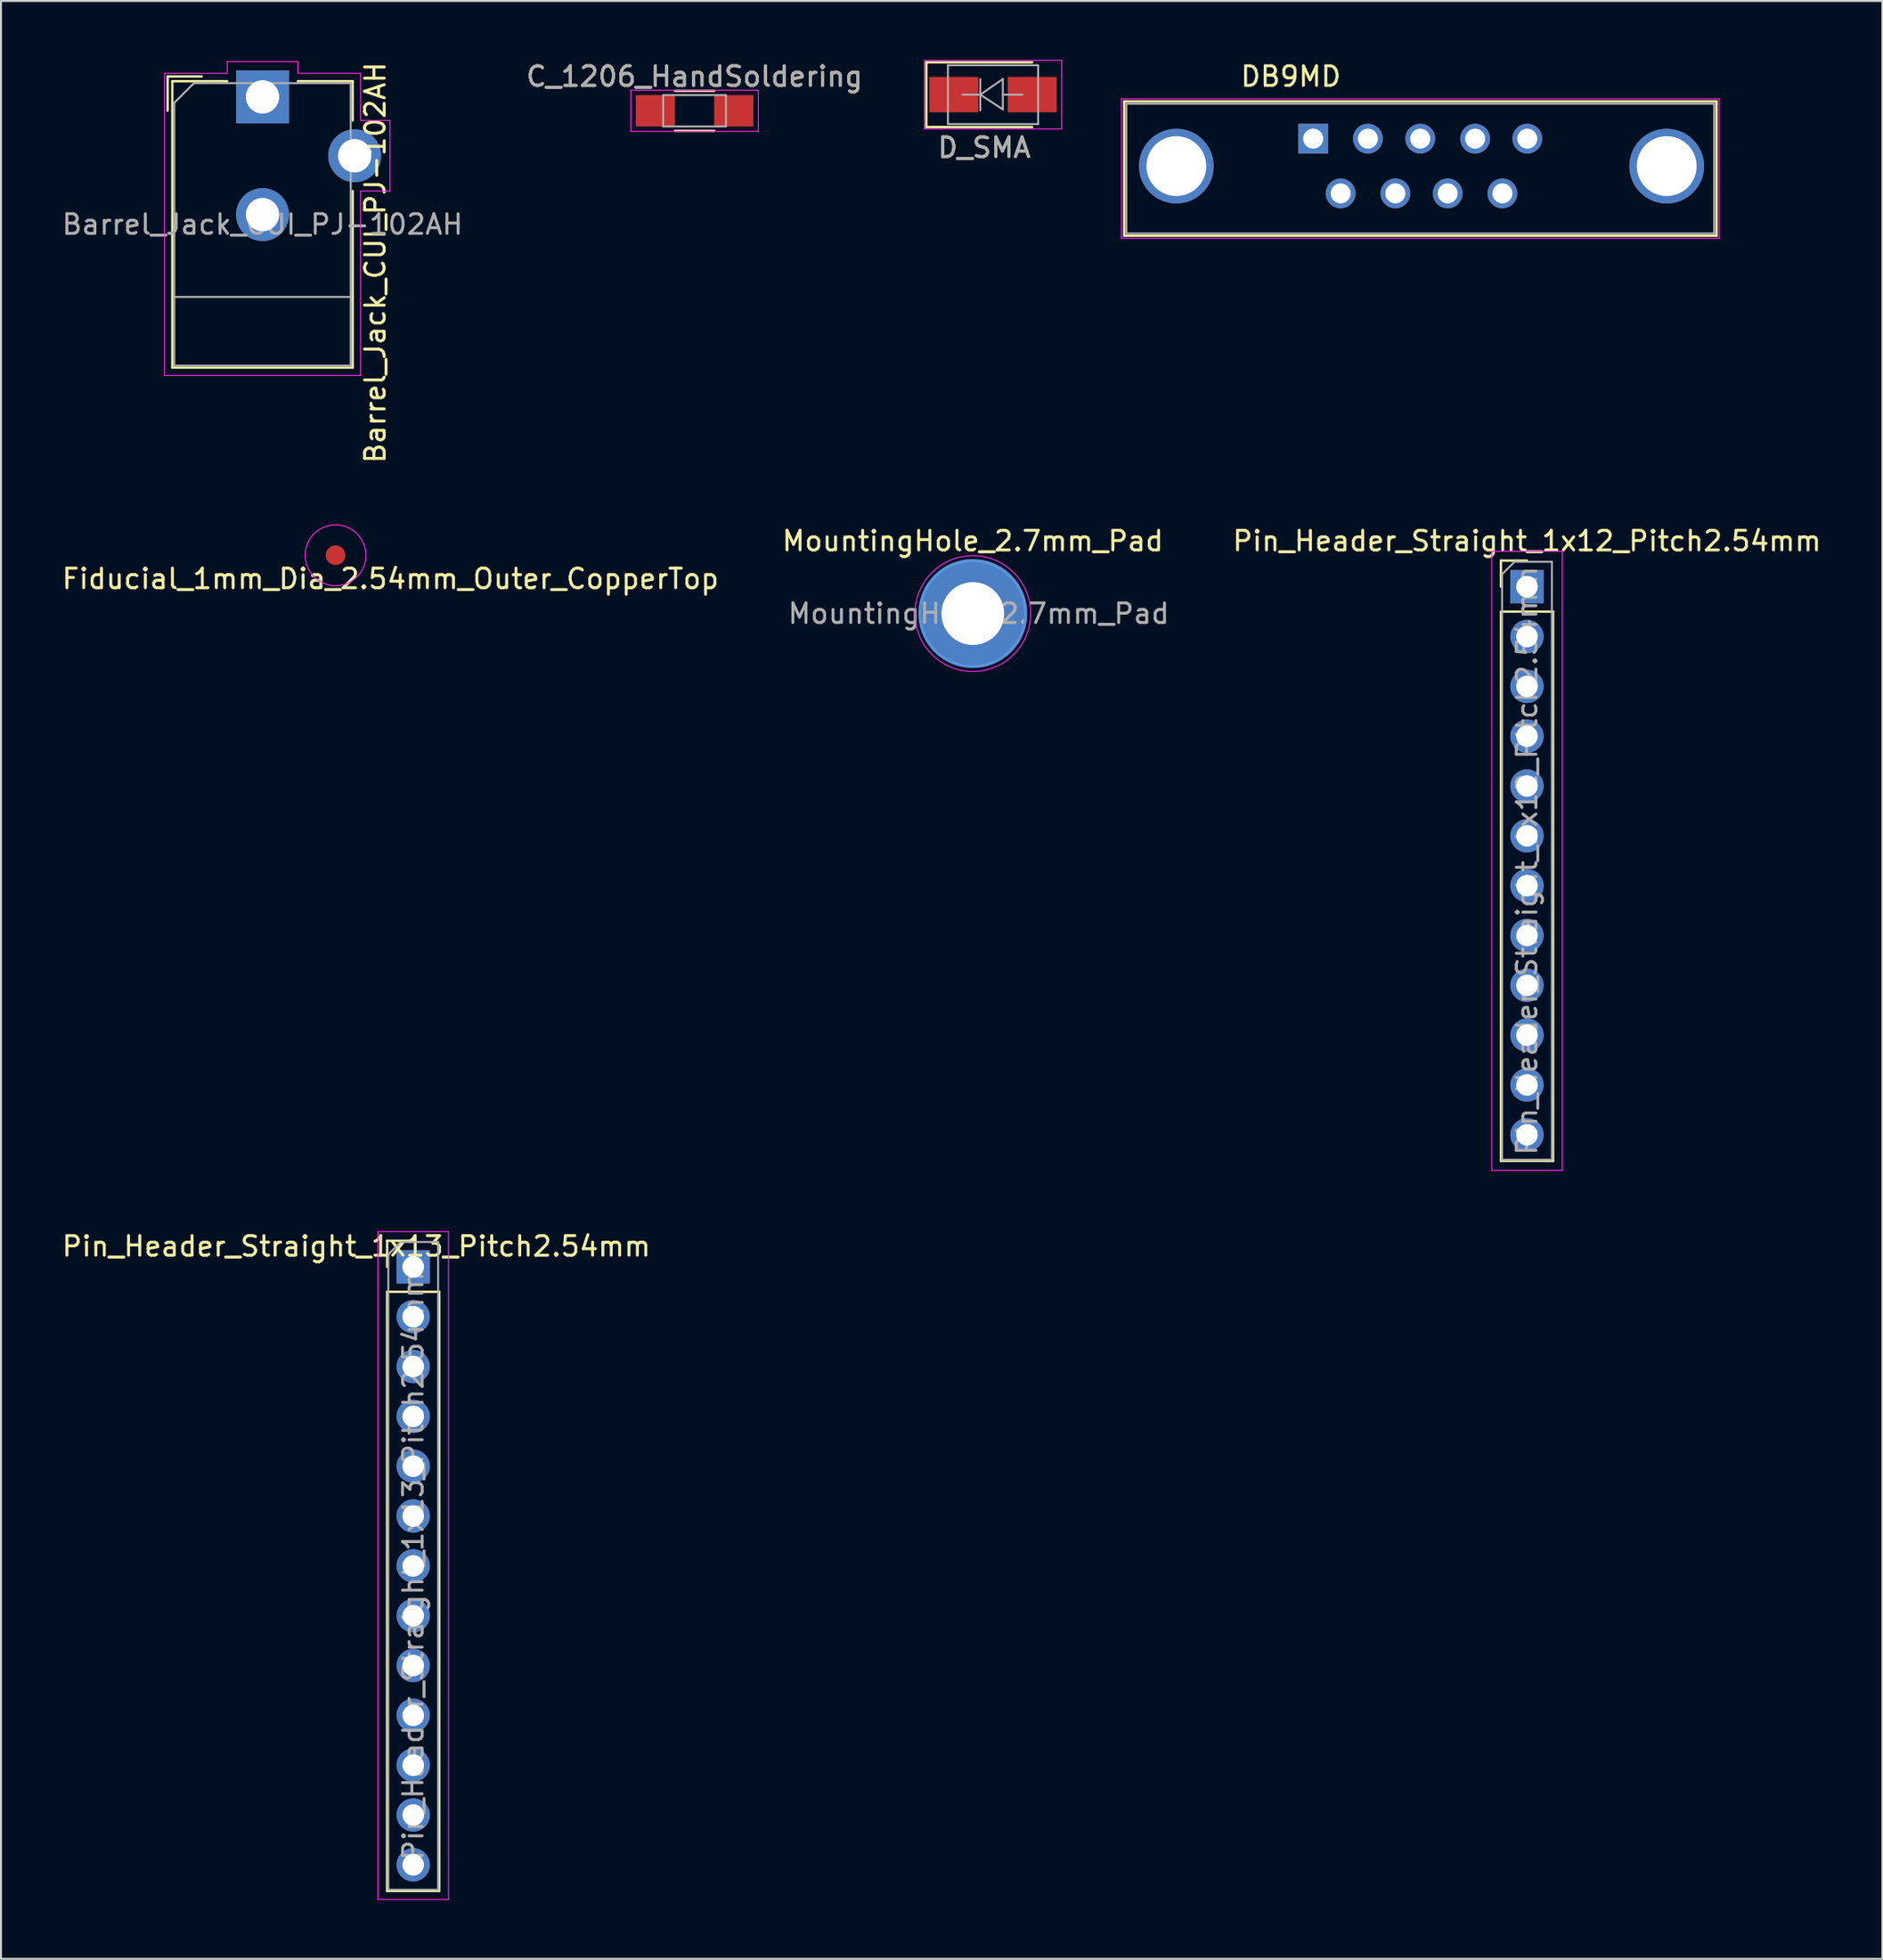
<source format=kicad_pcb>
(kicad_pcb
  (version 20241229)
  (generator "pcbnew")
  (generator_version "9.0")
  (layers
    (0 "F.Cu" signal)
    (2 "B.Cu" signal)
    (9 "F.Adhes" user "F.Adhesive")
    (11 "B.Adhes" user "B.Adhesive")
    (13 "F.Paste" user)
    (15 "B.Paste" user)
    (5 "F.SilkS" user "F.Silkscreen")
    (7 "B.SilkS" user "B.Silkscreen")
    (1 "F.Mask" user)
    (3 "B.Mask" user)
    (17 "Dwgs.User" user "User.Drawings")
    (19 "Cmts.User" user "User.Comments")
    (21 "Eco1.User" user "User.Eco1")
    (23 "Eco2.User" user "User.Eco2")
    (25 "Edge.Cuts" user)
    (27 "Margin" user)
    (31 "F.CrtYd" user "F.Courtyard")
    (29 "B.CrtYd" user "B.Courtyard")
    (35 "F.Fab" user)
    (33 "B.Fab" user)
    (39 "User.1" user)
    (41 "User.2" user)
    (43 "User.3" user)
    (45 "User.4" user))
  (footprint "Pin_Header_Straight_1x13_Pitch2.54mm"
    (layer "F.Cu")
    (at 18.025 61.53)
    (property "Reference" "Pin_Header_Straight_1x13_Pitch2.54mm" (at -2.9 -1.05 0) (layer "F.SilkS") (effects (font (size 1 1) (thickness 0.15))))
    (attr through_hole)
    (fp_line (start -1.33 -1.33) (end 0 -1.33) (stroke (width 0.12) (type solid)) (layer "F.SilkS"))
    (fp_line (start -1.33 0) (end -1.33 -1.33) (stroke (width 0.12) (type solid)) (layer "F.SilkS"))
    (fp_line (start -1.33 1.27) (end -1.33 31.81) (stroke (width 0.12) (type solid)) (layer "F.SilkS"))
    (fp_line (start -1.33 1.27) (end 1.33 1.27) (stroke (width 0.12) (type solid)) (layer "F.SilkS"))
    (fp_line (start -1.33 31.81) (end 1.33 31.81) (stroke (width 0.12) (type solid)) (layer "F.SilkS"))
    (fp_line (start 1.33 1.27) (end 1.33 31.81) (stroke (width 0.12) (type solid)) (layer "F.SilkS"))
    (fp_line (start -1.8 -1.8) (end -1.8 32.25) (stroke (width 0.05) (type solid)) (layer "F.CrtYd"))
    (fp_line (start -1.8 32.25) (end 1.8 32.25) (stroke (width 0.05) (type solid)) (layer "F.CrtYd"))
    (fp_line (start 1.8 -1.8) (end -1.8 -1.8) (stroke (width 0.05) (type solid)) (layer "F.CrtYd"))
    (fp_line (start 1.8 32.25) (end 1.8 -1.8) (stroke (width 0.05) (type solid)) (layer "F.CrtYd"))
    (fp_line (start -1.27 -0.635) (end -0.635 -1.27) (stroke (width 0.1) (type solid)) (layer "F.Fab"))
    (fp_line (start -1.27 31.75) (end -1.27 -0.635) (stroke (width 0.1) (type solid)) (layer "F.Fab"))
    (fp_line (start -0.635 -1.27) (end 1.27 -1.27) (stroke (width 0.1) (type solid)) (layer "F.Fab"))
    (fp_line (start 1.27 -1.27) (end 1.27 31.75) (stroke (width 0.1) (type solid)) (layer "F.Fab"))
    (fp_line (start 1.27 31.75) (end -1.27 31.75) (stroke (width 0.1) (type solid)) (layer "F.Fab"))
    (fp_text user "${REFERENCE}" (at 0 15.24 90) (layer "F.Fab") (effects (font (size 1 1) (thickness 0.15))))
    (pad "1" thru_hole rect (at 0 0) (size 1.7 1.7) (drill 1.1) (layers "*.Cu" "*.Mask"))
    (pad "2" thru_hole oval (at 0 2.54) (size 1.7 1.7) (drill 1.1) (layers "*.Cu" "*.Mask"))
    (pad "3" thru_hole oval (at 0 5.08) (size 1.7 1.7) (drill 1.1) (layers "*.Cu" "*.Mask"))
    (pad "4" thru_hole oval (at 0 7.62) (size 1.7 1.7) (drill 1.1) (layers "*.Cu" "*.Mask"))
    (pad "5" thru_hole oval (at 0 10.16) (size 1.7 1.7) (drill 1.1) (layers "*.Cu" "*.Mask"))
    (pad "6" thru_hole oval (at 0 12.7) (size 1.7 1.7) (drill 1.1) (layers "*.Cu" "*.Mask"))
    (pad "7" thru_hole oval (at 0 15.24) (size 1.7 1.7) (drill 1.1) (layers "*.Cu" "*.Mask"))
    (pad "8" thru_hole oval (at 0 17.78) (size 1.7 1.7) (drill 1.1) (layers "*.Cu" "*.Mask"))
    (pad "9" thru_hole oval (at 0 20.32) (size 1.7 1.7) (drill 1.1) (layers "*.Cu" "*.Mask"))
    (pad "10" thru_hole oval (at 0 22.86) (size 1.7 1.7) (drill 1.1) (layers "*.Cu" "*.Mask"))
    (pad "11" thru_hole oval (at 0 25.4) (size 1.7 1.7) (drill 1.1) (layers "*.Cu" "*.Mask"))
    (pad "12" thru_hole oval (at 0 27.94) (size 1.7 1.7) (drill 1.1) (layers "*.Cu" "*.Mask"))
    (pad "13" thru_hole oval (at 0 30.48) (size 1.7 1.7) (drill 1.1) (layers "*.Cu" "*.Mask")))
  (footprint "Pin_Header_Straight_1x12_Pitch2.54mm"
    (layer "F.Cu")
    (at 74.83 26.857)
    (property "Reference" "Pin_Header_Straight_1x12_Pitch2.54mm" (at 0 -2.33 0) (layer "F.SilkS") (effects (font (size 1 1) (thickness 0.15))))
    (attr through_hole)
    (fp_line (start -1.33 -1.33) (end 0 -1.33) (stroke (width 0.12) (type solid)) (layer "F.SilkS"))
    (fp_line (start -1.33 0) (end -1.33 -1.33) (stroke (width 0.12) (type solid)) (layer "F.SilkS"))
    (fp_line (start -1.33 1.27) (end -1.33 29.27) (stroke (width 0.12) (type solid)) (layer "F.SilkS"))
    (fp_line (start -1.33 1.27) (end 1.33 1.27) (stroke (width 0.12) (type solid)) (layer "F.SilkS"))
    (fp_line (start -1.33 29.27) (end 1.33 29.27) (stroke (width 0.12) (type solid)) (layer "F.SilkS"))
    (fp_line (start 1.33 1.27) (end 1.33 29.27) (stroke (width 0.12) (type solid)) (layer "F.SilkS"))
    (fp_line (start -1.8 -1.8) (end -1.8 29.75) (stroke (width 0.05) (type solid)) (layer "F.CrtYd"))
    (fp_line (start -1.8 29.75) (end 1.8 29.75) (stroke (width 0.05) (type solid)) (layer "F.CrtYd"))
    (fp_line (start 1.8 -1.8) (end -1.8 -1.8) (stroke (width 0.05) (type solid)) (layer "F.CrtYd"))
    (fp_line (start 1.8 29.75) (end 1.8 -1.8) (stroke (width 0.05) (type solid)) (layer "F.CrtYd"))
    (fp_line (start -1.27 -0.635) (end -0.635 -1.27) (stroke (width 0.1) (type solid)) (layer "F.Fab"))
    (fp_line (start -1.27 29.21) (end -1.27 -0.635) (stroke (width 0.1) (type solid)) (layer "F.Fab"))
    (fp_line (start -0.635 -1.27) (end 1.27 -1.27) (stroke (width 0.1) (type solid)) (layer "F.Fab"))
    (fp_line (start 1.27 -1.27) (end 1.27 29.21) (stroke (width 0.1) (type solid)) (layer "F.Fab"))
    (fp_line (start 1.27 29.21) (end -1.27 29.21) (stroke (width 0.1) (type solid)) (layer "F.Fab"))
    (fp_text user "${REFERENCE}" (at 0 13.97 90) (layer "F.Fab") (effects (font (size 1 1) (thickness 0.15))))
    (pad "1" thru_hole rect (at 0 0) (size 1.7 1.7) (drill 1.1) (layers "*.Cu" "*.Mask"))
    (pad "2" thru_hole oval (at 0 2.54) (size 1.7 1.7) (drill 1.1) (layers "*.Cu" "*.Mask"))
    (pad "3" thru_hole oval (at 0 5.08) (size 1.7 1.7) (drill 1.1) (layers "*.Cu" "*.Mask"))
    (pad "4" thru_hole oval (at 0 7.62) (size 1.7 1.7) (drill 1.1) (layers "*.Cu" "*.Mask"))
    (pad "5" thru_hole oval (at 0 10.16) (size 1.7 1.7) (drill 1.1) (layers "*.Cu" "*.Mask"))
    (pad "6" thru_hole oval (at 0 12.7) (size 1.7 1.7) (drill 1.1) (layers "*.Cu" "*.Mask"))
    (pad "7" thru_hole oval (at 0 15.24) (size 1.7 1.7) (drill 1.1) (layers "*.Cu" "*.Mask"))
    (pad "8" thru_hole oval (at 0 17.78) (size 1.7 1.7) (drill 1.1) (layers "*.Cu" "*.Mask"))
    (pad "9" thru_hole oval (at 0 20.32) (size 1.7 1.7) (drill 1.1) (layers "*.Cu" "*.Mask"))
    (pad "10" thru_hole oval (at 0 22.86) (size 1.7 1.7) (drill 1.1) (layers "*.Cu" "*.Mask"))
    (pad "11" thru_hole oval (at 0 25.4) (size 1.7 1.7) (drill 1.1) (layers "*.Cu" "*.Mask"))
    (pad "12" thru_hole oval (at 0 27.94) (size 1.7 1.7) (drill 1.1) (layers "*.Cu" "*.Mask")))
  (footprint "C_1206_HandSoldering"
    (layer "F.Cu")
    (at 32.375 2.598)
    (property "Reference" "C_1206_HandSoldering" (at 0 -1.75 0) (layer "F.SilkS") (effects (font (size 1 1) (thickness 0.15))))
    (attr smd)
    (fp_line (start -1 1.02) (end 1 1.02) (stroke (width 0.12) (type solid)) (layer "F.SilkS"))
    (fp_line (start 1 -1.02) (end -1 -1.02) (stroke (width 0.12) (type solid)) (layer "F.SilkS"))
    (fp_line (start -3.25 -1.05) (end -3.25 1.05) (stroke (width 0.05) (type solid)) (layer "F.CrtYd"))
    (fp_line (start -3.25 -1.05) (end 3.25 -1.05) (stroke (width 0.05) (type solid)) (layer "F.CrtYd"))
    (fp_line (start 3.25 1.05) (end -3.25 1.05) (stroke (width 0.05) (type solid)) (layer "F.CrtYd"))
    (fp_line (start 3.25 1.05) (end 3.25 -1.05) (stroke (width 0.05) (type solid)) (layer "F.CrtYd"))
    (fp_line (start -1.6 -0.8) (end 1.6 -0.8) (stroke (width 0.1) (type solid)) (layer "F.Fab"))
    (fp_line (start -1.6 0.8) (end -1.6 -0.8) (stroke (width 0.1) (type solid)) (layer "F.Fab"))
    (fp_line (start 1.6 -0.8) (end 1.6 0.8) (stroke (width 0.1) (type solid)) (layer "F.Fab"))
    (fp_line (start 1.6 0.8) (end -1.6 0.8) (stroke (width 0.1) (type solid)) (layer "F.Fab"))
    (fp_text user "${REFERENCE}" (at 0 -1.75 0) (layer "F.Fab") (effects (font (size 1 1) (thickness 0.15))))
    (pad "1" smd rect (at -2 0) (size 2 1.6) (layers "F.Cu" "F.Mask" "F.Paste"))
    (pad "2" smd rect (at 2 0) (size 2 1.6) (layers "F.Cu" "F.Mask" "F.Paste")))
  (footprint "D_SMA"
    (layer "F.Cu")
    (at 47.596 1.775)
    (property "Reference" "D_SMA" (at -0.45 2.7 0) (layer "F.SilkS") (effects (font (size 1 1) (thickness 0.15))))
    (attr smd)
    (fp_line (start -3.4 -1.65) (end -3.4 1.65) (stroke (width 0.12) (type solid)) (layer "F.SilkS"))
    (fp_line (start -3.4 -1.65) (end 2 -1.65) (stroke (width 0.12) (type solid)) (layer "F.SilkS"))
    (fp_line (start -3.4 1.65) (end 2 1.65) (stroke (width 0.12) (type solid)) (layer "F.SilkS"))
    (fp_line (start -3.5 -1.75) (end 3.5 -1.75) (stroke (width 0.05) (type solid)) (layer "F.CrtYd"))
    (fp_line (start -3.5 1.75) (end -3.5 -1.75) (stroke (width 0.05) (type solid)) (layer "F.CrtYd"))
    (fp_line (start 3.5 -1.75) (end 3.5 1.75) (stroke (width 0.05) (type solid)) (layer "F.CrtYd"))
    (fp_line (start 3.5 1.75) (end -3.5 1.75) (stroke (width 0.05) (type solid)) (layer "F.CrtYd"))
    (fp_line (start -2.3 1.5) (end -2.3 -1.5) (stroke (width 0.1) (type solid)) (layer "F.Fab"))
    (fp_line (start -0.649 -0.799) (end -0.649 0.801) (stroke (width 0.1) (type solid)) (layer "F.Fab"))
    (fp_line (start -0.649 0.001) (end -1.551 0.001) (stroke (width 0.1) (type solid)) (layer "F.Fab"))
    (fp_line (start -0.649 0.001) (end 0.501 -0.799) (stroke (width 0.1) (type solid)) (layer "F.Fab"))
    (fp_line (start -0.649 0.001) (end 0.501 0.75) (stroke (width 0.1) (type solid)) (layer "F.Fab"))
    (fp_line (start 0.501 0.001) (end 1.499 0.001) (stroke (width 0.1) (type solid)) (layer "F.Fab"))
    (fp_line (start 0.501 0.75) (end 0.501 -0.799) (stroke (width 0.1) (type solid)) (layer "F.Fab"))
    (fp_line (start 2.3 -1.5) (end -2.3 -1.5) (stroke (width 0.1) (type solid)) (layer "F.Fab"))
    (fp_line (start 2.3 -1.5) (end 2.3 1.5) (stroke (width 0.1) (type solid)) (layer "F.Fab"))
    (fp_line (start 2.3 1.5) (end -2.3 1.5) (stroke (width 0.1) (type solid)) (layer "F.Fab"))
    (fp_text user "${REFERENCE}" (at -0.45 2.7 0) (layer "F.Fab") (effects (font (size 1 1) (thickness 0.15))))
    (pad "1" smd rect (at -2 0) (size 2.5 1.8) (layers "F.Cu" "F.Mask" "F.Paste"))
    (pad "2" smd rect (at 2 0) (size 2.5 1.8) (layers "F.Cu" "F.Mask" "F.Paste")))
  (footprint "Barrel_Jack_CUI_PJ-102AH"
    (layer "F.Cu")
    (at 10.339 1.889)
    (property "Reference" "Barrel_Jack_CUI_PJ-102AH" (at 5.75 8.45 90) (layer "F.SilkS") (effects (font (size 1 1) (thickness 0.15))))
    (attr through_hole)
    (fp_line (start -4.84 -1.04) (end -3.1 -1.04) (stroke (width 0.12) (type solid)) (layer "F.SilkS"))
    (fp_line (start -4.84 0.7) (end -4.84 -1.04) (stroke (width 0.12) (type solid)) (layer "F.SilkS"))
    (fp_line (start -4.6 -0.8) (end -1.8 -0.8) (stroke (width 0.12) (type solid)) (layer "F.SilkS"))
    (fp_line (start -4.6 13.8) (end -4.6 -0.8) (stroke (width 0.12) (type solid)) (layer "F.SilkS"))
    (fp_line (start 1.8 -0.8) (end 4.6 -0.8) (stroke (width 0.12) (type solid)) (layer "F.SilkS"))
    (fp_line (start 4.6 -0.8) (end 4.6 1.2) (stroke (width 0.12) (type solid)) (layer "F.SilkS"))
    (fp_line (start 4.6 4.8) (end 4.6 13.8) (stroke (width 0.12) (type solid)) (layer "F.SilkS"))
    (fp_line (start 4.6 13.8) (end -4.6 13.8) (stroke (width 0.12) (type solid)) (layer "F.SilkS"))
    (fp_line (start -5 -1.2) (end -1.8 -1.2) (stroke (width 0.05) (type solid)) (layer "F.CrtYd"))
    (fp_line (start -5 14.2) (end -5 -1.2) (stroke (width 0.05) (type solid)) (layer "F.CrtYd"))
    (fp_line (start -1.8 -1.8) (end 1.8 -1.8) (stroke (width 0.05) (type solid)) (layer "F.CrtYd"))
    (fp_line (start -1.8 -1.2) (end -1.8 -1.8) (stroke (width 0.05) (type solid)) (layer "F.CrtYd"))
    (fp_line (start 1.8 -1.8) (end 1.8 -1.2) (stroke (width 0.05) (type solid)) (layer "F.CrtYd"))
    (fp_line (start 1.8 -1.2) (end 5 -1.2) (stroke (width 0.05) (type solid)) (layer "F.CrtYd"))
    (fp_line (start 5 -1.2) (end 5 1.2) (stroke (width 0.05) (type solid)) (layer "F.CrtYd"))
    (fp_line (start 5 1.2) (end 6.5 1.2) (stroke (width 0.05) (type solid)) (layer "F.CrtYd"))
    (fp_line (start 5 4.8) (end 5 14.2) (stroke (width 0.05) (type solid)) (layer "F.CrtYd"))
    (fp_line (start 5 14.2) (end -5 14.2) (stroke (width 0.05) (type solid)) (layer "F.CrtYd"))
    (fp_line (start 6.5 1.2) (end 6.5 4.8) (stroke (width 0.05) (type solid)) (layer "F.CrtYd"))
    (fp_line (start 6.5 4.8) (end 5 4.8) (stroke (width 0.05) (type solid)) (layer "F.CrtYd"))
    (fp_line (start -4.5 0.3) (end -3.5 -0.7) (stroke (width 0.1) (type solid)) (layer "F.Fab"))
    (fp_line (start -4.5 10.2) (end 4.5 10.2) (stroke (width 0.1) (type solid)) (layer "F.Fab"))
    (fp_line (start -4.5 13.7) (end -4.5 0.3) (stroke (width 0.1) (type solid)) (layer "F.Fab"))
    (fp_line (start -3.5 -0.7) (end 4.5 -0.7) (stroke (width 0.1) (type solid)) (layer "F.Fab"))
    (fp_line (start 4.5 -0.7) (end 4.5 13.7) (stroke (width 0.1) (type solid)) (layer "F.Fab"))
    (fp_line (start 4.5 13.7) (end -4.5 13.7) (stroke (width 0.1) (type solid)) (layer "F.Fab"))
    (fp_text user "${REFERENCE}" (at 0 6.5 0) (layer "F.Fab") (effects (font (size 1 1) (thickness 0.15))))
    (pad "1" thru_hole rect (at 0 0) (size 2.7 2.7) (drill 1.7) (layers "*.Cu" "*.Mask"))
    (pad "2" thru_hole circle (at 0 6) (size 2.7 2.7) (drill 1.7) (layers "*.Cu" "*.Mask"))
    (pad "3" thru_hole circle (at 4.7 3) (size 2.7 2.7) (drill 1.7) (layers "*.Cu" "*.Mask")))
  (footprint "MountingHole_2.7mm_Pad"
    (layer "F.Cu")
    (at 46.565 28.227)
    (property "Reference" "MountingHole_2.7mm_Pad" (at 0 -3.7 0) (layer "F.SilkS") (effects (font (size 1 1) (thickness 0.15))))
    (attr exclude_from_pos_files exclude_from_bom)
    (fp_circle (center 0 0) (end 2.7 0) (stroke (width 0.15) (type solid)) (fill no) (layer "Cmts.User"))
    (fp_circle (center 0 0) (end 2.95 0) (stroke (width 0.05) (type solid)) (fill no) (layer "F.CrtYd"))
    (fp_text user "${REFERENCE}" (at 0.3 0 0) (layer "F.Fab") (effects (font (size 1 1) (thickness 0.15))))
    (pad "1" thru_hole circle (at 0 0) (size 5.4 5.4) (drill 3.2) (layers "*.Cu" "*.Mask")))
  (footprint "DB9MD"
    (layer "F.Cu")
    (at 63.926 4.018)
    (property "Reference" "DB9MD" (at -1.14 -3.17 0) (layer "F.SilkS") (effects (font (size 1 1) (thickness 0.15))))
    (attr through_hole)
    (fp_line (start -9.64 -1.9) (end -9.64 4.95) (stroke (width 0.12) (type solid)) (layer "F.SilkS"))
    (fp_line (start -9.64 -1.9) (end 20.57 -1.9) (stroke (width 0.12) (type solid)) (layer "F.SilkS"))
    (fp_line (start 20.57 4.95) (end -9.64 4.95) (stroke (width 0.12) (type solid)) (layer "F.SilkS"))
    (fp_line (start 20.57 4.95) (end 20.57 -1.9) (stroke (width 0.12) (type solid)) (layer "F.SilkS"))
    (fp_line (start -9.78 -2.03) (end -9.78 5.08) (stroke (width 0.05) (type solid)) (layer "F.CrtYd"))
    (fp_line (start -9.78 -2.03) (end 20.7 -2.03) (stroke (width 0.05) (type solid)) (layer "F.CrtYd"))
    (fp_line (start 20.7 5.08) (end -9.78 5.08) (stroke (width 0.05) (type solid)) (layer "F.CrtYd"))
    (fp_line (start 20.7 5.08) (end 20.7 -2.03) (stroke (width 0.05) (type solid)) (layer "F.CrtYd"))
    (fp_line (start -9.53 -1.78) (end -9.53 4.83) (stroke (width 0.1) (type solid)) (layer "F.Fab"))
    (fp_line (start -9.53 4.83) (end 20.45 4.83) (stroke (width 0.1) (type solid)) (layer "F.Fab"))
    (fp_line (start 20.45 -1.78) (end -9.53 -1.78) (stroke (width 0.1) (type solid)) (layer "F.Fab"))
    (fp_line (start 20.45 4.83) (end 20.45 -1.78) (stroke (width 0.1) (type solid)) (layer "F.Fab"))
    (pad "0" thru_hole circle (at -6.98 1.4) (size 3.81 3.81) (drill 3.05) (layers "*.Cu" "*.Mask"))
    (pad "0" thru_hole circle (at 18.03 1.4) (size 3.81 3.81) (drill 3.05) (layers "*.Cu" "*.Mask"))
    (pad "1" thru_hole rect (at 0 0) (size 1.52 1.52) (drill 1.02) (layers "*.Cu" "*.Mask"))
    (pad "2" thru_hole circle (at 2.79 0) (size 1.52 1.52) (drill 1.02) (layers "*.Cu" "*.Mask"))
    (pad "3" thru_hole circle (at 5.46 0) (size 1.52 1.52) (drill 1.02) (layers "*.Cu" "*.Mask"))
    (pad "4" thru_hole circle (at 8.26 0) (size 1.52 1.52) (drill 1.02) (layers "*.Cu" "*.Mask"))
    (pad "5" thru_hole circle (at 10.92 0) (size 1.52 1.52) (drill 1.02) (layers "*.Cu" "*.Mask"))
    (pad "6" thru_hole circle (at 1.4 2.79) (size 1.52 1.52) (drill 1.02) (layers "*.Cu" "*.Mask"))
    (pad "7" thru_hole circle (at 4.19 2.79) (size 1.52 1.52) (drill 1.02) (layers "*.Cu" "*.Mask"))
    (pad "8" thru_hole circle (at 6.86 2.79) (size 1.52 1.52) (drill 1.02) (layers "*.Cu" "*.Mask"))
    (pad "9" thru_hole circle (at 9.65 2.79) (size 1.52 1.52) (drill 1.02) (layers "*.Cu" "*.Mask")))
  (footprint "Fiducial_1mm_Dia_2.54mm_Outer_CopperTop"
    (layer "F.Cu")
    (at 14.063 25.254)
    (property "Reference" "Fiducial_1mm_Dia_2.54mm_Outer_CopperTop" (at 2.8 1.2 0) (layer "F.SilkS") (effects (font (size 1 1) (thickness 0.15))))
    (attr exclude_from_pos_files exclude_from_bom)
    (fp_circle (center 0 0) (end 1.55 0) (stroke (width 0.05) (type solid)) (fill no) (layer "F.CrtYd"))
    (pad "~" smd circle (at 0 0) (size 1 1) (layers "F.Cu" "F.Mask")))
  (gr_rect
    (start -3 -3)
    (end 92.955 96.805)
    (stroke (width 0.1) (type default))
    (fill no)
    (layer "Edge.Cuts")))
</source>
